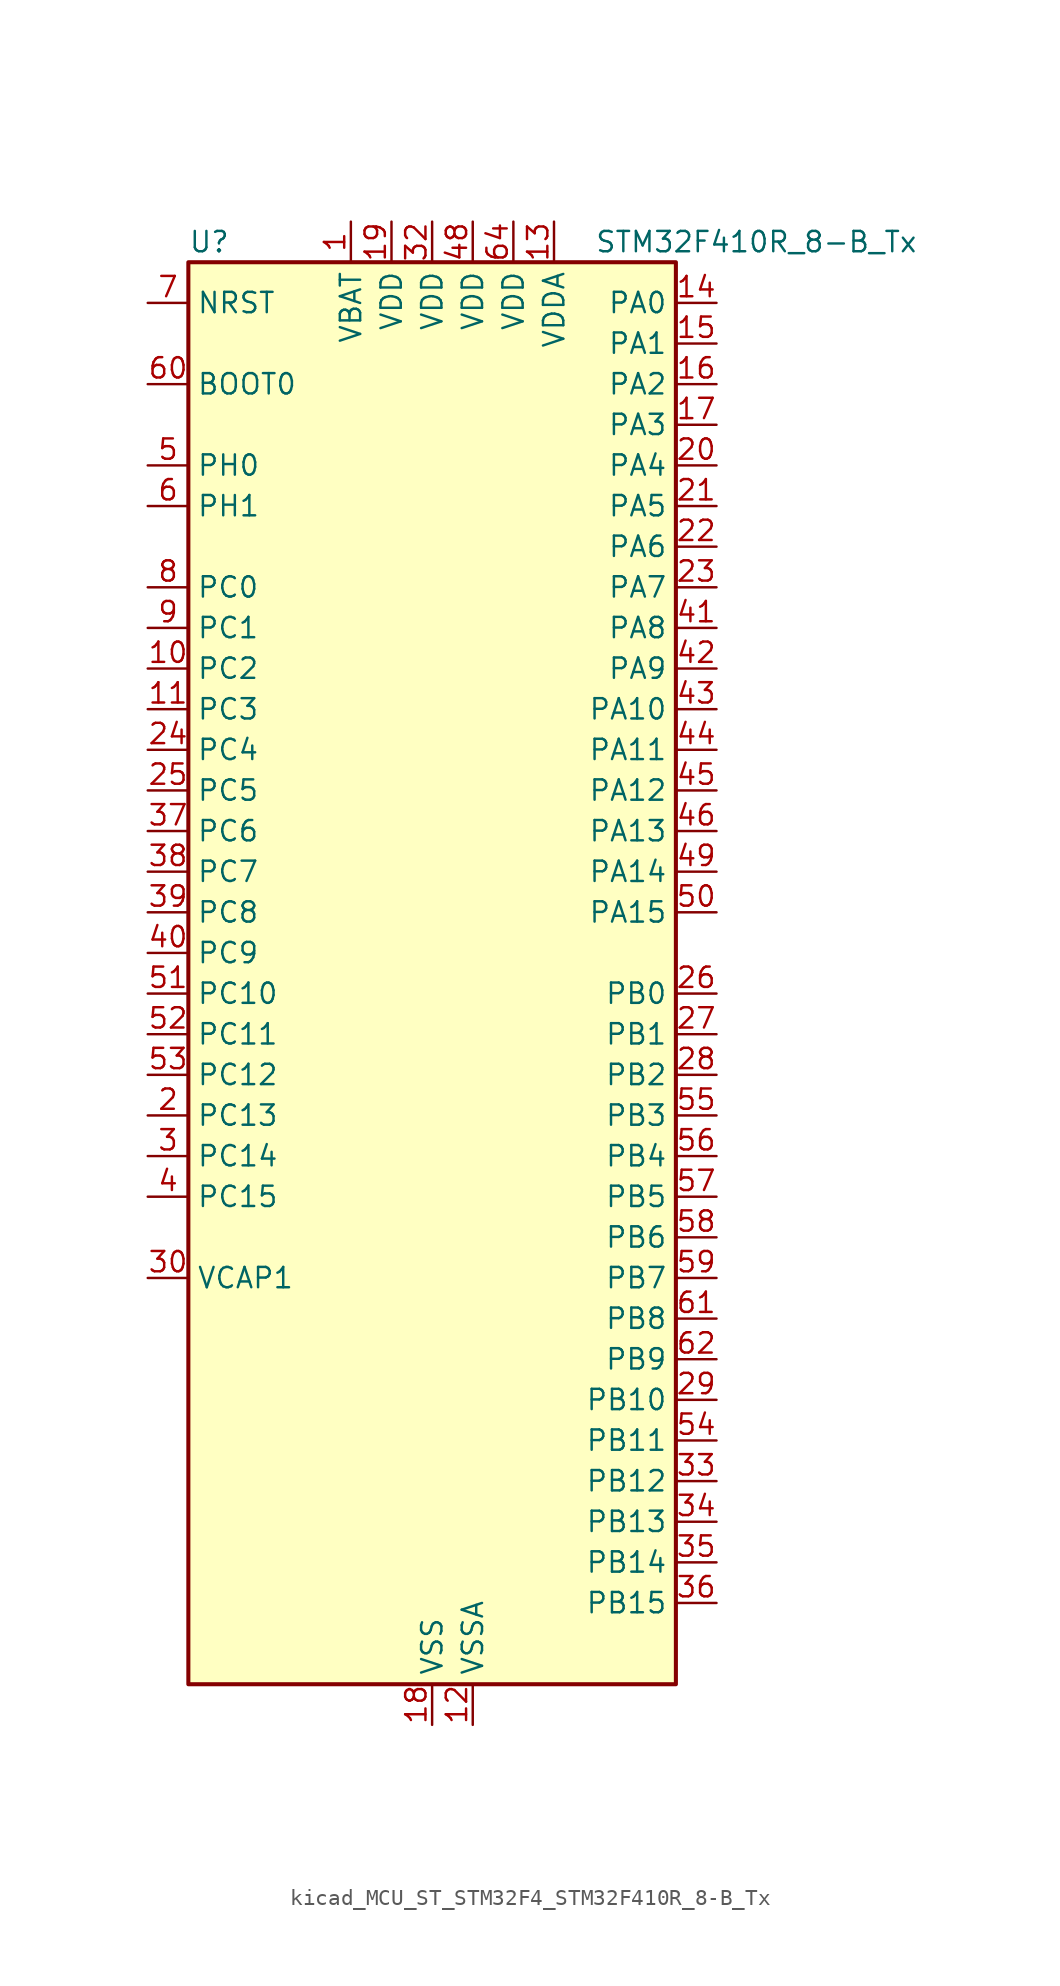
<source format=kicad_sym>
(kicad_symbol_lib
  (version 20220914)
  (generator kicad_symbol_editor)
  (symbol "kicad_MCU_ST_STM32F4_STM32F410R_8-B_Tx"
    (property "Reference" "U"
      (at -15.24 46.99 0)
      (effects (font (size 1.27 1.27)) (justify left)))
    (property "Value" "STM32F410R_8-B_Tx"
      (at 10.16 46.99 0)
      (effects (font (size 1.27 1.27)) (justify left)))
    (property "ki_locked" ""
      (at 0 0 0)
      (effects (font (size 1.27 1.27))))
    (symbol "kicad_MCU_ST_STM32F4_STM32F410R_8-B_Tx_0_1"
      (rectangle (start -15.24 -43.18) (end 15.24 45.72) (stroke (width 0.254) (type default)) (fill (type background))))
    (symbol "kicad_MCU_ST_STM32F4_STM32F410R_8-B_Tx_1_1"
      (pin power_in line (at -5.08 48.26 270) (length 2.54) (name "VBAT" (effects (font (size 1.27 1.27)))) (number "1" (effects (font (size 1.27 1.27)))))
      (pin bidirectional line (at -17.78 20.32 0) (length 2.54) (name "PC2" (effects (font (size 1.27 1.27)))) (number "10" (effects (font (size 1.27 1.27)))) (alternate "ADC1_IN12" bidirectional line) (alternate "LPTIM1_IN2" bidirectional line) (alternate "SPI2_MISO" bidirectional line))
      (pin bidirectional line (at -17.78 17.78 0) (length 2.54) (name "PC3" (effects (font (size 1.27 1.27)))) (number "11" (effects (font (size 1.27 1.27)))) (alternate "ADC1_IN13" bidirectional line) (alternate "I2S2_SD" bidirectional line) (alternate "LPTIM1_ETR" bidirectional line) (alternate "SPI2_MOSI" bidirectional line))
      (pin power_in line (at 2.54 -45.72 90) (length 2.54) (name "VSSA" (effects (font (size 1.27 1.27)))) (number "12" (effects (font (size 1.27 1.27)))))
      (pin power_in line (at 7.62 48.26 270) (length 2.54) (name "VDDA" (effects (font (size 1.27 1.27)))) (number "13" (effects (font (size 1.27 1.27)))))
      (pin bidirectional line (at 17.78 43.18 180) (length 2.54) (name "PA0" (effects (font (size 1.27 1.27)))) (number "14" (effects (font (size 1.27 1.27)))) (alternate "ADC1_IN0" bidirectional line) (alternate "SYS_WKUP1" bidirectional line) (alternate "TIM5_CH1" bidirectional line) (alternate "USART2_CTS" bidirectional line))
      (pin bidirectional line (at 17.78 40.64 180) (length 2.54) (name "PA1" (effects (font (size 1.27 1.27)))) (number "15" (effects (font (size 1.27 1.27)))) (alternate "ADC1_IN1" bidirectional line) (alternate "TIM5_CH2" bidirectional line) (alternate "USART2_RTS" bidirectional line))
      (pin bidirectional line (at 17.78 38.1 180) (length 2.54) (name "PA2" (effects (font (size 1.27 1.27)))) (number "16" (effects (font (size 1.27 1.27)))) (alternate "ADC1_IN2" bidirectional line) (alternate "I2S_CKIN" bidirectional line) (alternate "TIM5_CH3" bidirectional line) (alternate "TIM9_CH1" bidirectional line) (alternate "USART2_TX" bidirectional line))
      (pin bidirectional line (at 17.78 35.56 180) (length 2.54) (name "PA3" (effects (font (size 1.27 1.27)))) (number "17" (effects (font (size 1.27 1.27)))) (alternate "ADC1_IN3" bidirectional line) (alternate "I2S2_MCK" bidirectional line) (alternate "TIM5_CH4" bidirectional line) (alternate "TIM9_CH2" bidirectional line) (alternate "USART2_RX" bidirectional line))
      (pin power_in line (at 0 -45.72 90) (length 2.54) (name "VSS" (effects (font (size 1.27 1.27)))) (number "18" (effects (font (size 1.27 1.27)))))
      (pin power_in line (at -2.54 48.26 270) (length 2.54) (name "VDD" (effects (font (size 1.27 1.27)))) (number "19" (effects (font (size 1.27 1.27)))))
      (pin bidirectional line (at -17.78 -7.62 0) (length 2.54) (name "PC13" (effects (font (size 1.27 1.27)))) (number "2" (effects (font (size 1.27 1.27)))) (alternate "RTC_AF1" bidirectional line))
      (pin bidirectional line (at 17.78 33.02 180) (length 2.54) (name "PA4" (effects (font (size 1.27 1.27)))) (number "20" (effects (font (size 1.27 1.27)))) (alternate "ADC1_IN4" bidirectional line) (alternate "I2S1_WS" bidirectional line) (alternate "SPI1_NSS" bidirectional line) (alternate "USART2_CK" bidirectional line))
      (pin bidirectional line (at 17.78 30.48 180) (length 2.54) (name "PA5" (effects (font (size 1.27 1.27)))) (number "21" (effects (font (size 1.27 1.27)))) (alternate "ADC1_IN5" bidirectional line) (alternate "DAC_OUT1" bidirectional line) (alternate "I2S1_CK" bidirectional line) (alternate "SPI1_SCK" bidirectional line))
      (pin bidirectional line (at 17.78 27.94 180) (length 2.54) (name "PA6" (effects (font (size 1.27 1.27)))) (number "22" (effects (font (size 1.27 1.27)))) (alternate "ADC1_IN6" bidirectional line) (alternate "I2S2_MCK" bidirectional line) (alternate "SPI1_MISO" bidirectional line) (alternate "TIM1_BKIN" bidirectional line))
      (pin bidirectional line (at 17.78 25.4 180) (length 2.54) (name "PA7" (effects (font (size 1.27 1.27)))) (number "23" (effects (font (size 1.27 1.27)))) (alternate "ADC1_IN7" bidirectional line) (alternate "I2S1_SD" bidirectional line) (alternate "SPI1_MOSI" bidirectional line) (alternate "TIM1_CH1N" bidirectional line))
      (pin bidirectional line (at -17.78 15.24 0) (length 2.54) (name "PC4" (effects (font (size 1.27 1.27)))) (number "24" (effects (font (size 1.27 1.27)))) (alternate "ADC1_IN14" bidirectional line) (alternate "TIM9_CH1" bidirectional line))
      (pin bidirectional line (at -17.78 12.7 0) (length 2.54) (name "PC5" (effects (font (size 1.27 1.27)))) (number "25" (effects (font (size 1.27 1.27)))) (alternate "ADC1_IN15" bidirectional line) (alternate "FMPI2C1_SMBA" bidirectional line) (alternate "TIM9_CH2" bidirectional line))
      (pin bidirectional line (at 17.78 0 180) (length 2.54) (name "PB0" (effects (font (size 1.27 1.27)))) (number "26" (effects (font (size 1.27 1.27)))) (alternate "ADC1_IN8" bidirectional line) (alternate "I2S5_CK" bidirectional line) (alternate "SPI5_SCK" bidirectional line) (alternate "TIM1_CH2N" bidirectional line))
      (pin bidirectional line (at 17.78 -2.54 180) (length 2.54) (name "PB1" (effects (font (size 1.27 1.27)))) (number "27" (effects (font (size 1.27 1.27)))) (alternate "ADC1_IN9" bidirectional line) (alternate "I2S5_WS" bidirectional line) (alternate "SPI5_NSS" bidirectional line) (alternate "TIM1_CH3N" bidirectional line))
      (pin bidirectional line (at 17.78 -5.08 180) (length 2.54) (name "PB2" (effects (font (size 1.27 1.27)))) (number "28" (effects (font (size 1.27 1.27)))) (alternate "LPTIM1_OUT" bidirectional line))
      (pin bidirectional line (at 17.78 -25.4 180) (length 2.54) (name "PB10" (effects (font (size 1.27 1.27)))) (number "29" (effects (font (size 1.27 1.27)))) (alternate "FMPI2C1_SCL" bidirectional line) (alternate "I2C2_SCL" bidirectional line) (alternate "I2S1_MCK" bidirectional line) (alternate "I2S2_CK" bidirectional line) (alternate "SPI2_SCK" bidirectional line))
      (pin bidirectional line (at -17.78 -10.16 0) (length 2.54) (name "PC14" (effects (font (size 1.27 1.27)))) (number "3" (effects (font (size 1.27 1.27)))) (alternate "RCC_OSC32_IN" bidirectional line))
      (pin power_out line (at -17.78 -17.78 0) (length 2.54) (name "VCAP1" (effects (font (size 1.27 1.27)))) (number "30" (effects (font (size 1.27 1.27)))))
      (pin passive line (at 0 -45.72 90) (length 2.54) hide (name "VSS" (effects (font (size 1.27 1.27)))) (number "31" (effects (font (size 1.27 1.27)))))
      (pin power_in line (at 0 48.26 270) (length 2.54) (name "VDD" (effects (font (size 1.27 1.27)))) (number "32" (effects (font (size 1.27 1.27)))))
      (pin bidirectional line (at 17.78 -30.48 180) (length 2.54) (name "PB12" (effects (font (size 1.27 1.27)))) (number "33" (effects (font (size 1.27 1.27)))) (alternate "I2C2_SMBA" bidirectional line) (alternate "I2S2_WS" bidirectional line) (alternate "SPI2_NSS" bidirectional line) (alternate "TIM1_BKIN" bidirectional line) (alternate "TIM5_CH1" bidirectional line))
      (pin bidirectional line (at 17.78 -33.02 180) (length 2.54) (name "PB13" (effects (font (size 1.27 1.27)))) (number "34" (effects (font (size 1.27 1.27)))) (alternate "FMPI2C1_SMBA" bidirectional line) (alternate "I2S2_CK" bidirectional line) (alternate "SPI2_SCK" bidirectional line) (alternate "TIM1_CH1N" bidirectional line))
      (pin bidirectional line (at 17.78 -35.56 180) (length 2.54) (name "PB14" (effects (font (size 1.27 1.27)))) (number "35" (effects (font (size 1.27 1.27)))) (alternate "FMPI2C1_SDA" bidirectional line) (alternate "SPI2_MISO" bidirectional line) (alternate "TIM1_CH2N" bidirectional line))
      (pin bidirectional line (at 17.78 -38.1 180) (length 2.54) (name "PB15" (effects (font (size 1.27 1.27)))) (number "36" (effects (font (size 1.27 1.27)))) (alternate "ADC1_EXTI15" bidirectional line) (alternate "FMPI2C1_SCL" bidirectional line) (alternate "I2S2_SD" bidirectional line) (alternate "RTC_REFIN" bidirectional line) (alternate "SPI2_MOSI" bidirectional line) (alternate "TIM1_CH3N" bidirectional line))
      (pin bidirectional line (at -17.78 10.16 0) (length 2.54) (name "PC6" (effects (font (size 1.27 1.27)))) (number "37" (effects (font (size 1.27 1.27)))) (alternate "FMPI2C1_SCL" bidirectional line) (alternate "I2S2_MCK" bidirectional line) (alternate "SYS_TRACECLK" bidirectional line) (alternate "USART6_TX" bidirectional line))
      (pin bidirectional line (at -17.78 7.62 0) (length 2.54) (name "PC7" (effects (font (size 1.27 1.27)))) (number "38" (effects (font (size 1.27 1.27)))) (alternate "FMPI2C1_SDA" bidirectional line) (alternate "I2S1_MCK" bidirectional line) (alternate "I2S2_CK" bidirectional line) (alternate "SPI2_SCK" bidirectional line) (alternate "USART6_RX" bidirectional line))
      (pin bidirectional line (at -17.78 5.08 0) (length 2.54) (name "PC8" (effects (font (size 1.27 1.27)))) (number "39" (effects (font (size 1.27 1.27)))) (alternate "USART6_CK" bidirectional line))
      (pin bidirectional line (at -17.78 -12.7 0) (length 2.54) (name "PC15" (effects (font (size 1.27 1.27)))) (number "4" (effects (font (size 1.27 1.27)))) (alternate "ADC1_EXTI15" bidirectional line) (alternate "RCC_OSC32_OUT" bidirectional line))
      (pin bidirectional line (at -17.78 2.54 0) (length 2.54) (name "PC9" (effects (font (size 1.27 1.27)))) (number "40" (effects (font (size 1.27 1.27)))) (alternate "DAC_EXTI9" bidirectional line) (alternate "FMPI2C1_SDA" bidirectional line) (alternate "I2S_CKIN" bidirectional line) (alternate "RCC_MCO_2" bidirectional line))
      (pin bidirectional line (at 17.78 22.86 180) (length 2.54) (name "PA8" (effects (font (size 1.27 1.27)))) (number "41" (effects (font (size 1.27 1.27)))) (alternate "FMPI2C1_SCL" bidirectional line) (alternate "RCC_MCO_1" bidirectional line) (alternate "TIM1_CH1" bidirectional line) (alternate "USART1_CK" bidirectional line))
      (pin bidirectional line (at 17.78 20.32 180) (length 2.54) (name "PA9" (effects (font (size 1.27 1.27)))) (number "42" (effects (font (size 1.27 1.27)))) (alternate "DAC_EXTI9" bidirectional line) (alternate "TIM1_CH2" bidirectional line) (alternate "USART1_TX" bidirectional line))
      (pin bidirectional line (at 17.78 17.78 180) (length 2.54) (name "PA10" (effects (font (size 1.27 1.27)))) (number "43" (effects (font (size 1.27 1.27)))) (alternate "I2S5_SD" bidirectional line) (alternate "SPI5_MOSI" bidirectional line) (alternate "TIM1_CH3" bidirectional line) (alternate "USART1_RX" bidirectional line))
      (pin bidirectional line (at 17.78 15.24 180) (length 2.54) (name "PA11" (effects (font (size 1.27 1.27)))) (number "44" (effects (font (size 1.27 1.27)))) (alternate "ADC1_EXTI11" bidirectional line) (alternate "TIM1_CH4" bidirectional line) (alternate "USART1_CTS" bidirectional line) (alternate "USART6_TX" bidirectional line))
      (pin bidirectional line (at 17.78 12.7 180) (length 2.54) (name "PA12" (effects (font (size 1.27 1.27)))) (number "45" (effects (font (size 1.27 1.27)))) (alternate "SPI5_MISO" bidirectional line) (alternate "TIM1_ETR" bidirectional line) (alternate "USART1_RTS" bidirectional line) (alternate "USART6_RX" bidirectional line))
      (pin bidirectional line (at 17.78 10.16 180) (length 2.54) (name "PA13" (effects (font (size 1.27 1.27)))) (number "46" (effects (font (size 1.27 1.27)))) (alternate "SYS_JTMS-SWDIO" bidirectional line))
      (pin passive line (at 0 -45.72 90) (length 2.54) hide (name "VSS" (effects (font (size 1.27 1.27)))) (number "47" (effects (font (size 1.27 1.27)))))
      (pin power_in line (at 2.54 48.26 270) (length 2.54) (name "VDD" (effects (font (size 1.27 1.27)))) (number "48" (effects (font (size 1.27 1.27)))))
      (pin bidirectional line (at 17.78 7.62 180) (length 2.54) (name "PA14" (effects (font (size 1.27 1.27)))) (number "49" (effects (font (size 1.27 1.27)))) (alternate "SYS_JTCK-SWCLK" bidirectional line))
      (pin bidirectional line (at -17.78 33.02 0) (length 2.54) (name "PH0" (effects (font (size 1.27 1.27)))) (number "5" (effects (font (size 1.27 1.27)))) (alternate "RCC_OSC_IN" bidirectional line))
      (pin bidirectional line (at 17.78 5.08 180) (length 2.54) (name "PA15" (effects (font (size 1.27 1.27)))) (number "50" (effects (font (size 1.27 1.27)))) (alternate "ADC1_EXTI15" bidirectional line) (alternate "I2S1_WS" bidirectional line) (alternate "SPI1_NSS" bidirectional line) (alternate "SYS_JTDI" bidirectional line) (alternate "USART1_TX" bidirectional line))
      (pin bidirectional line (at -17.78 0 0) (length 2.54) (name "PC10" (effects (font (size 1.27 1.27)))) (number "51" (effects (font (size 1.27 1.27)))) (alternate "SYS_TRACED0" bidirectional line) (alternate "TIM5_CH2" bidirectional line))
      (pin bidirectional line (at -17.78 -2.54 0) (length 2.54) (name "PC11" (effects (font (size 1.27 1.27)))) (number "52" (effects (font (size 1.27 1.27)))) (alternate "ADC1_EXTI11" bidirectional line) (alternate "SYS_TRACED1" bidirectional line) (alternate "TIM5_CH3" bidirectional line))
      (pin bidirectional line (at -17.78 -5.08 0) (length 2.54) (name "PC12" (effects (font (size 1.27 1.27)))) (number "53" (effects (font (size 1.27 1.27)))) (alternate "SYS_TRACED2" bidirectional line) (alternate "TIM11_CH1" bidirectional line))
      (pin bidirectional line (at 17.78 -27.94 180) (length 2.54) (name "PB11" (effects (font (size 1.27 1.27)))) (number "54" (effects (font (size 1.27 1.27)))) (alternate "ADC1_EXTI11" bidirectional line) (alternate "I2C2_SDA" bidirectional line) (alternate "I2S_CKIN" bidirectional line) (alternate "SYS_TRACED3" bidirectional line) (alternate "TIM5_CH4" bidirectional line))
      (pin bidirectional line (at 17.78 -7.62 180) (length 2.54) (name "PB3" (effects (font (size 1.27 1.27)))) (number "55" (effects (font (size 1.27 1.27)))) (alternate "FMPI2C1_SDA" bidirectional line) (alternate "I2C2_SDA" bidirectional line) (alternate "I2S1_CK" bidirectional line) (alternate "SPI1_SCK" bidirectional line) (alternate "SYS_JTDO-SWO" bidirectional line) (alternate "USART1_RX" bidirectional line))
      (pin bidirectional line (at 17.78 -10.16 180) (length 2.54) (name "PB4" (effects (font (size 1.27 1.27)))) (number "56" (effects (font (size 1.27 1.27)))) (alternate "SPI1_MISO" bidirectional line) (alternate "SYS_JTRST" bidirectional line))
      (pin bidirectional line (at 17.78 -12.7 180) (length 2.54) (name "PB5" (effects (font (size 1.27 1.27)))) (number "57" (effects (font (size 1.27 1.27)))) (alternate "I2C1_SMBA" bidirectional line) (alternate "I2S1_SD" bidirectional line) (alternate "LPTIM1_IN1" bidirectional line) (alternate "SPI1_MOSI" bidirectional line))
      (pin bidirectional line (at 17.78 -15.24 180) (length 2.54) (name "PB6" (effects (font (size 1.27 1.27)))) (number "58" (effects (font (size 1.27 1.27)))) (alternate "I2C1_SCL" bidirectional line) (alternate "LPTIM1_ETR" bidirectional line) (alternate "USART1_TX" bidirectional line))
      (pin bidirectional line (at 17.78 -17.78 180) (length 2.54) (name "PB7" (effects (font (size 1.27 1.27)))) (number "59" (effects (font (size 1.27 1.27)))) (alternate "I2C1_SDA" bidirectional line) (alternate "LPTIM1_IN2" bidirectional line) (alternate "USART1_RX" bidirectional line))
      (pin bidirectional line (at -17.78 30.48 0) (length 2.54) (name "PH1" (effects (font (size 1.27 1.27)))) (number "6" (effects (font (size 1.27 1.27)))) (alternate "RCC_OSC_OUT" bidirectional line))
      (pin input line (at -17.78 38.1 0) (length 2.54) (name "BOOT0" (effects (font (size 1.27 1.27)))) (number "60" (effects (font (size 1.27 1.27)))))
      (pin bidirectional line (at 17.78 -20.32 180) (length 2.54) (name "PB8" (effects (font (size 1.27 1.27)))) (number "61" (effects (font (size 1.27 1.27)))) (alternate "I2C1_SCL" bidirectional line) (alternate "I2S5_SD" bidirectional line) (alternate "LPTIM1_OUT" bidirectional line) (alternate "SPI5_MOSI" bidirectional line))
      (pin bidirectional line (at 17.78 -22.86 180) (length 2.54) (name "PB9" (effects (font (size 1.27 1.27)))) (number "62" (effects (font (size 1.27 1.27)))) (alternate "DAC_EXTI9" bidirectional line) (alternate "I2C1_SDA" bidirectional line) (alternate "I2C2_SDA" bidirectional line) (alternate "I2S2_WS" bidirectional line) (alternate "SPI2_NSS" bidirectional line) (alternate "TIM11_CH1" bidirectional line))
      (pin passive line (at 0 -45.72 90) (length 2.54) hide (name "VSS" (effects (font (size 1.27 1.27)))) (number "63" (effects (font (size 1.27 1.27)))))
      (pin power_in line (at 5.08 48.26 270) (length 2.54) (name "VDD" (effects (font (size 1.27 1.27)))) (number "64" (effects (font (size 1.27 1.27)))))
      (pin input line (at -17.78 43.18 0) (length 2.54) (name "NRST" (effects (font (size 1.27 1.27)))) (number "7" (effects (font (size 1.27 1.27)))))
      (pin bidirectional line (at -17.78 25.4 0) (length 2.54) (name "PC0" (effects (font (size 1.27 1.27)))) (number "8" (effects (font (size 1.27 1.27)))) (alternate "ADC1_IN10" bidirectional line) (alternate "LPTIM1_IN1" bidirectional line) (alternate "SYS_WKUP2" bidirectional line))
      (pin bidirectional line (at -17.78 22.86 0) (length 2.54) (name "PC1" (effects (font (size 1.27 1.27)))) (number "9" (effects (font (size 1.27 1.27)))) (alternate "ADC1_IN11" bidirectional line) (alternate "LPTIM1_OUT" bidirectional line) (alternate "SYS_WKUP3" bidirectional line)))))
</source>
